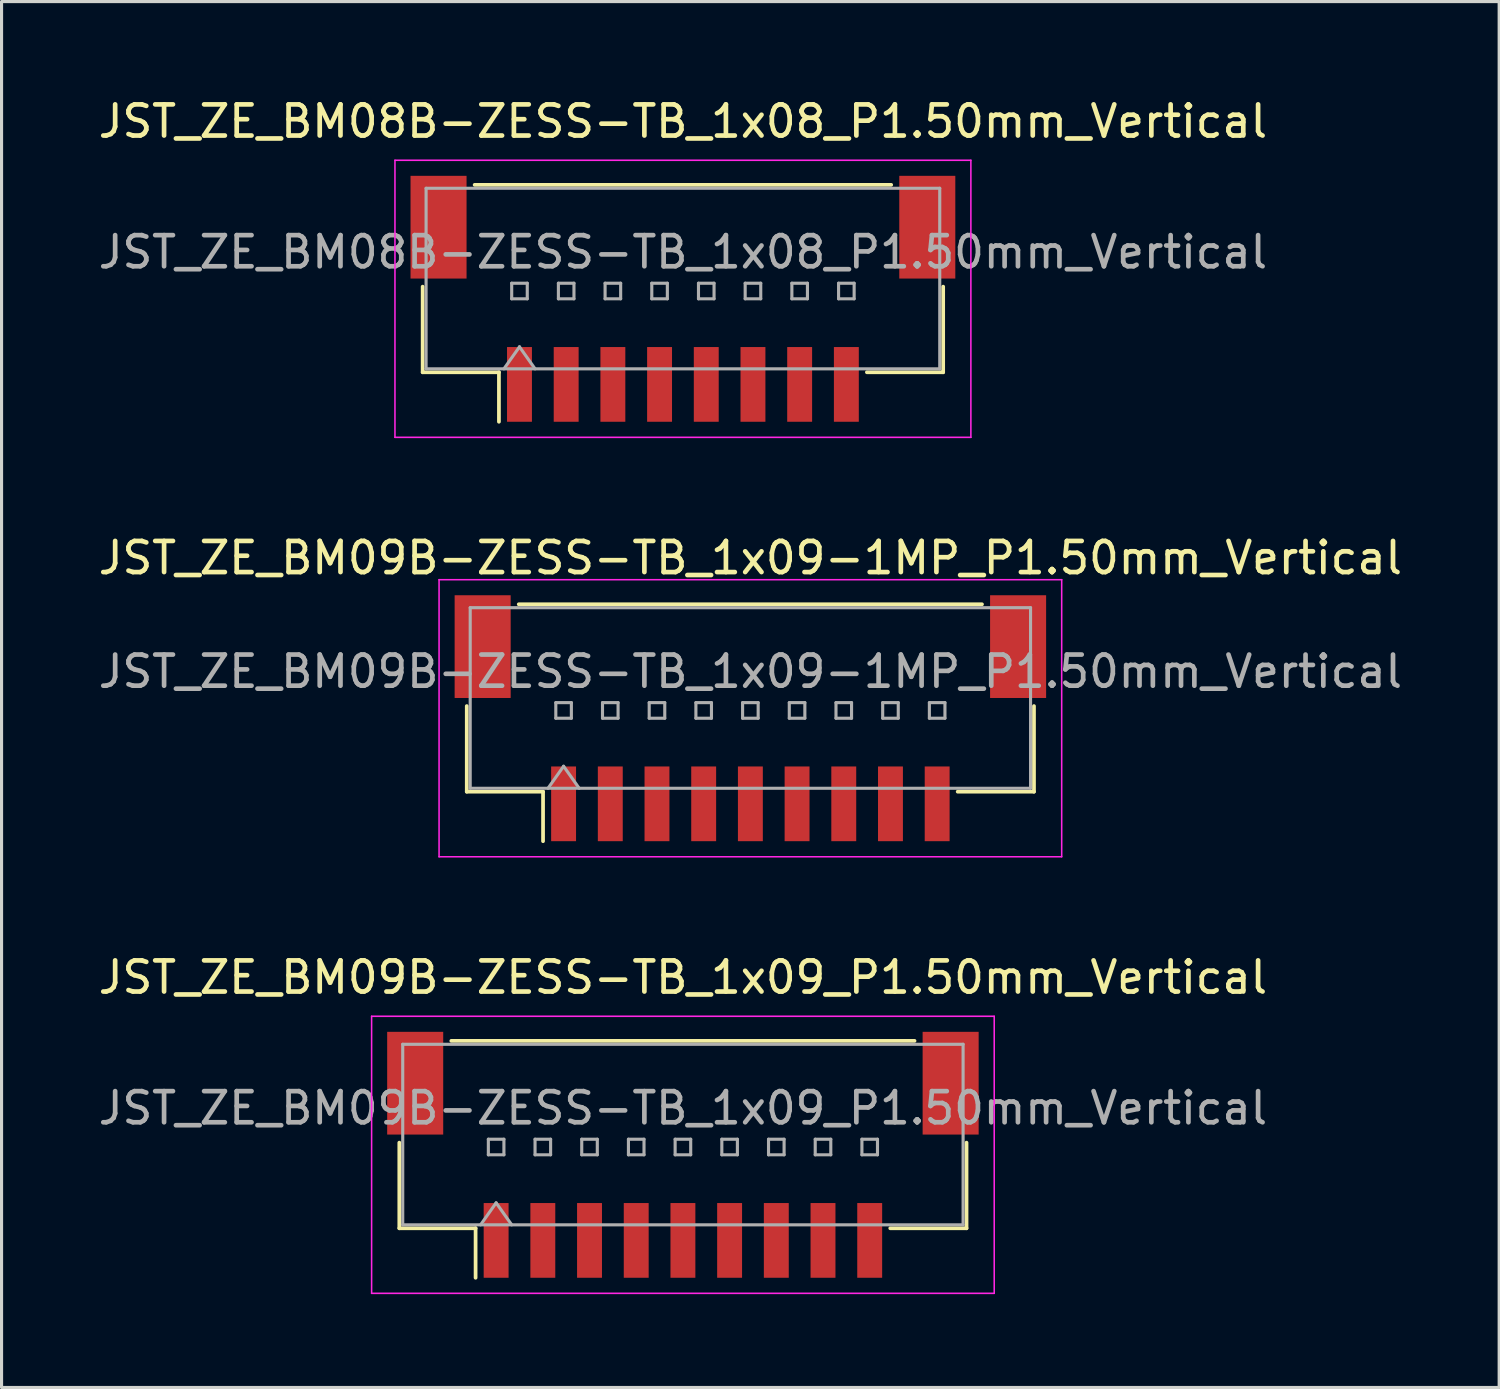
<source format=kicad_pcb>
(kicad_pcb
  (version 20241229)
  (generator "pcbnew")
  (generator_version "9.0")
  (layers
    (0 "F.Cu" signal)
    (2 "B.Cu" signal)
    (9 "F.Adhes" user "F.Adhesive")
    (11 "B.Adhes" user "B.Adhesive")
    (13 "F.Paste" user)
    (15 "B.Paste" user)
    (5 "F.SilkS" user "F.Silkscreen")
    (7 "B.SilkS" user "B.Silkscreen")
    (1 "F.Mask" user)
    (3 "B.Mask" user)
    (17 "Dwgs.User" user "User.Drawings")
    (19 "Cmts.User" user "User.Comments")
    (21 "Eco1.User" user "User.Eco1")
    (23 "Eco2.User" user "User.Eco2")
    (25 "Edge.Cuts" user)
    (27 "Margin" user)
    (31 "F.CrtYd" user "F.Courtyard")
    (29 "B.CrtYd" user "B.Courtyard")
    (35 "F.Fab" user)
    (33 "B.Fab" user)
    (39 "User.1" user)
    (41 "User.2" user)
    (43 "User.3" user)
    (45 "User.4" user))
  (footprint "JST_ZE_BM08B-ZESS-TB_1x08_P1.50mm_Vertical"
    (layer "F.Cu")
    (at 18.887 6.548)
    (property "Reference" "JST_ZE_BM08B-ZESS-TB_1x08_P1.50mm_Vertical" (at 0 -5.7 0) (layer "F.SilkS") (effects (font (size 1 1) (thickness 0.15))))
    (attr smd)
    (fp_line (start -8.36 -0.39) (end -8.36 2.36) (stroke (width 0.12) (type solid)) (layer "F.SilkS"))
    (fp_line (start -8.36 2.36) (end -5.91 2.36) (stroke (width 0.12) (type solid)) (layer "F.SilkS"))
    (fp_line (start -6.69 -3.66) (end 6.69 -3.66) (stroke (width 0.12) (type solid)) (layer "F.SilkS"))
    (fp_line (start -5.91 2.36) (end -5.91 3.95) (stroke (width 0.12) (type solid)) (layer "F.SilkS"))
    (fp_line (start 8.36 -0.39) (end 8.36 2.36) (stroke (width 0.12) (type solid)) (layer "F.SilkS"))
    (fp_line (start 8.36 2.36) (end 5.91 2.36) (stroke (width 0.12) (type solid)) (layer "F.SilkS"))
    (fp_line (start -9.25 -4.45) (end -9.25 4.45) (stroke (width 0.05) (type solid)) (layer "F.CrtYd"))
    (fp_line (start -9.25 4.45) (end 9.25 4.45) (stroke (width 0.05) (type solid)) (layer "F.CrtYd"))
    (fp_line (start 9.25 -4.45) (end -9.25 -4.45) (stroke (width 0.05) (type solid)) (layer "F.CrtYd"))
    (fp_line (start 9.25 4.45) (end 9.25 -4.45) (stroke (width 0.05) (type solid)) (layer "F.CrtYd"))
    (fp_line (start -8.25 -3.55) (end 8.25 -3.55) (stroke (width 0.1) (type solid)) (layer "F.Fab"))
    (fp_line (start -8.25 2.25) (end -8.25 -3.55) (stroke (width 0.1) (type solid)) (layer "F.Fab"))
    (fp_line (start -8.25 2.25) (end 8.25 2.25) (stroke (width 0.1) (type solid)) (layer "F.Fab"))
    (fp_line (start -5.75 2.25) (end -5.25 1.543) (stroke (width 0.1) (type solid)) (layer "F.Fab"))
    (fp_line (start -5.5 -0.5) (end -5.5 0) (stroke (width 0.1) (type solid)) (layer "F.Fab"))
    (fp_line (start -5.5 0) (end -5 0) (stroke (width 0.1) (type solid)) (layer "F.Fab"))
    (fp_line (start -5.25 1.543) (end -4.75 2.25) (stroke (width 0.1) (type solid)) (layer "F.Fab"))
    (fp_line (start -5 -0.5) (end -5.5 -0.5) (stroke (width 0.1) (type solid)) (layer "F.Fab"))
    (fp_line (start -5 0) (end -5 -0.5) (stroke (width 0.1) (type solid)) (layer "F.Fab"))
    (fp_line (start -4 -0.5) (end -4 0) (stroke (width 0.1) (type solid)) (layer "F.Fab"))
    (fp_line (start -4 0) (end -3.5 0) (stroke (width 0.1) (type solid)) (layer "F.Fab"))
    (fp_line (start -3.5 -0.5) (end -4 -0.5) (stroke (width 0.1) (type solid)) (layer "F.Fab"))
    (fp_line (start -3.5 0) (end -3.5 -0.5) (stroke (width 0.1) (type solid)) (layer "F.Fab"))
    (fp_line (start -2.5 -0.5) (end -2.5 0) (stroke (width 0.1) (type solid)) (layer "F.Fab"))
    (fp_line (start -2.5 0) (end -2 0) (stroke (width 0.1) (type solid)) (layer "F.Fab"))
    (fp_line (start -2 -0.5) (end -2.5 -0.5) (stroke (width 0.1) (type solid)) (layer "F.Fab"))
    (fp_line (start -2 0) (end -2 -0.5) (stroke (width 0.1) (type solid)) (layer "F.Fab"))
    (fp_line (start -1 -0.5) (end -1 0) (stroke (width 0.1) (type solid)) (layer "F.Fab"))
    (fp_line (start -1 0) (end -0.5 0) (stroke (width 0.1) (type solid)) (layer "F.Fab"))
    (fp_line (start -0.5 -0.5) (end -1 -0.5) (stroke (width 0.1) (type solid)) (layer "F.Fab"))
    (fp_line (start -0.5 0) (end -0.5 -0.5) (stroke (width 0.1) (type solid)) (layer "F.Fab"))
    (fp_line (start 0.5 -0.5) (end 0.5 0) (stroke (width 0.1) (type solid)) (layer "F.Fab"))
    (fp_line (start 0.5 0) (end 1 0) (stroke (width 0.1) (type solid)) (layer "F.Fab"))
    (fp_line (start 1 -0.5) (end 0.5 -0.5) (stroke (width 0.1) (type solid)) (layer "F.Fab"))
    (fp_line (start 1 0) (end 1 -0.5) (stroke (width 0.1) (type solid)) (layer "F.Fab"))
    (fp_line (start 2 -0.5) (end 2 0) (stroke (width 0.1) (type solid)) (layer "F.Fab"))
    (fp_line (start 2 0) (end 2.5 0) (stroke (width 0.1) (type solid)) (layer "F.Fab"))
    (fp_line (start 2.5 -0.5) (end 2 -0.5) (stroke (width 0.1) (type solid)) (layer "F.Fab"))
    (fp_line (start 2.5 0) (end 2.5 -0.5) (stroke (width 0.1) (type solid)) (layer "F.Fab"))
    (fp_line (start 3.5 -0.5) (end 3.5 0) (stroke (width 0.1) (type solid)) (layer "F.Fab"))
    (fp_line (start 3.5 0) (end 4 0) (stroke (width 0.1) (type solid)) (layer "F.Fab"))
    (fp_line (start 4 -0.5) (end 3.5 -0.5) (stroke (width 0.1) (type solid)) (layer "F.Fab"))
    (fp_line (start 4 0) (end 4 -0.5) (stroke (width 0.1) (type solid)) (layer "F.Fab"))
    (fp_line (start 5 -0.5) (end 5 0) (stroke (width 0.1) (type solid)) (layer "F.Fab"))
    (fp_line (start 5 0) (end 5.5 0) (stroke (width 0.1) (type solid)) (layer "F.Fab"))
    (fp_line (start 5.5 -0.5) (end 5 -0.5) (stroke (width 0.1) (type solid)) (layer "F.Fab"))
    (fp_line (start 5.5 0) (end 5.5 -0.5) (stroke (width 0.1) (type solid)) (layer "F.Fab"))
    (fp_line (start 8.25 2.25) (end 8.25 -3.55) (stroke (width 0.1) (type solid)) (layer "F.Fab"))
    (fp_text user "${REFERENCE}" (at 0 -1.5 0) (layer "F.Fab") (effects (font (size 1 1) (thickness 0.15))))
    (pad "" smd rect (at -7.85 -2.3) (size 1.8 3.3) (layers "F.Cu" "F.Mask" "F.Paste"))
    (pad "" smd rect (at 7.85 -2.3) (size 1.8 3.3) (layers "F.Cu" "F.Mask" "F.Paste"))
    (pad "1" smd rect (at -5.25 2.75) (size 0.8 2.4) (layers "F.Cu" "F.Mask" "F.Paste"))
    (pad "2" smd rect (at -3.75 2.75) (size 0.8 2.4) (layers "F.Cu" "F.Mask" "F.Paste"))
    (pad "3" smd rect (at -2.25 2.75) (size 0.8 2.4) (layers "F.Cu" "F.Mask" "F.Paste"))
    (pad "4" smd rect (at -0.75 2.75) (size 0.8 2.4) (layers "F.Cu" "F.Mask" "F.Paste"))
    (pad "5" smd rect (at 0.75 2.75) (size 0.8 2.4) (layers "F.Cu" "F.Mask" "F.Paste"))
    (pad "6" smd rect (at 2.25 2.75) (size 0.8 2.4) (layers "F.Cu" "F.Mask" "F.Paste"))
    (pad "7" smd rect (at 3.75 2.75) (size 0.8 2.4) (layers "F.Cu" "F.Mask" "F.Paste"))
    (pad "8" smd rect (at 5.25 2.75) (size 0.8 2.4) (layers "F.Cu" "F.Mask" "F.Paste")))
  (footprint "JST_ZE_BM09B-ZESS-TB_1x09_P1.50mm_Vertical"
    (layer "F.Cu")
    (at 18.887 34.045)
    (property "Reference" "JST_ZE_BM09B-ZESS-TB_1x09_P1.50mm_Vertical" (at 0 -5.7 0) (layer "F.SilkS") (effects (font (size 1 1) (thickness 0.15))))
    (attr smd)
    (fp_line (start -9.11 -0.39) (end -9.11 2.36) (stroke (width 0.12) (type solid)) (layer "F.SilkS"))
    (fp_line (start -9.11 2.36) (end -6.66 2.36) (stroke (width 0.12) (type solid)) (layer "F.SilkS"))
    (fp_line (start -7.44 -3.66) (end 7.44 -3.66) (stroke (width 0.12) (type solid)) (layer "F.SilkS"))
    (fp_line (start -6.66 2.36) (end -6.66 3.95) (stroke (width 0.12) (type solid)) (layer "F.SilkS"))
    (fp_line (start 9.11 -0.39) (end 9.11 2.36) (stroke (width 0.12) (type solid)) (layer "F.SilkS"))
    (fp_line (start 9.11 2.36) (end 6.66 2.36) (stroke (width 0.12) (type solid)) (layer "F.SilkS"))
    (fp_line (start -10 -4.45) (end -10 4.45) (stroke (width 0.05) (type solid)) (layer "F.CrtYd"))
    (fp_line (start -10 4.45) (end 10 4.45) (stroke (width 0.05) (type solid)) (layer "F.CrtYd"))
    (fp_line (start 10 -4.45) (end -10 -4.45) (stroke (width 0.05) (type solid)) (layer "F.CrtYd"))
    (fp_line (start 10 4.45) (end 10 -4.45) (stroke (width 0.05) (type solid)) (layer "F.CrtYd"))
    (fp_line (start -9 -3.55) (end 9 -3.55) (stroke (width 0.1) (type solid)) (layer "F.Fab"))
    (fp_line (start -9 2.25) (end -9 -3.55) (stroke (width 0.1) (type solid)) (layer "F.Fab"))
    (fp_line (start -9 2.25) (end 9 2.25) (stroke (width 0.1) (type solid)) (layer "F.Fab"))
    (fp_line (start -6.5 2.25) (end -6 1.543) (stroke (width 0.1) (type solid)) (layer "F.Fab"))
    (fp_line (start -6.25 -0.5) (end -6.25 0) (stroke (width 0.1) (type solid)) (layer "F.Fab"))
    (fp_line (start -6.25 0) (end -5.75 0) (stroke (width 0.1) (type solid)) (layer "F.Fab"))
    (fp_line (start -6 1.543) (end -5.5 2.25) (stroke (width 0.1) (type solid)) (layer "F.Fab"))
    (fp_line (start -5.75 -0.5) (end -6.25 -0.5) (stroke (width 0.1) (type solid)) (layer "F.Fab"))
    (fp_line (start -5.75 0) (end -5.75 -0.5) (stroke (width 0.1) (type solid)) (layer "F.Fab"))
    (fp_line (start -4.75 -0.5) (end -4.75 0) (stroke (width 0.1) (type solid)) (layer "F.Fab"))
    (fp_line (start -4.75 0) (end -4.25 0) (stroke (width 0.1) (type solid)) (layer "F.Fab"))
    (fp_line (start -4.25 -0.5) (end -4.75 -0.5) (stroke (width 0.1) (type solid)) (layer "F.Fab"))
    (fp_line (start -4.25 0) (end -4.25 -0.5) (stroke (width 0.1) (type solid)) (layer "F.Fab"))
    (fp_line (start -3.25 -0.5) (end -3.25 0) (stroke (width 0.1) (type solid)) (layer "F.Fab"))
    (fp_line (start -3.25 0) (end -2.75 0) (stroke (width 0.1) (type solid)) (layer "F.Fab"))
    (fp_line (start -2.75 -0.5) (end -3.25 -0.5) (stroke (width 0.1) (type solid)) (layer "F.Fab"))
    (fp_line (start -2.75 0) (end -2.75 -0.5) (stroke (width 0.1) (type solid)) (layer "F.Fab"))
    (fp_line (start -1.75 -0.5) (end -1.75 0) (stroke (width 0.1) (type solid)) (layer "F.Fab"))
    (fp_line (start -1.75 0) (end -1.25 0) (stroke (width 0.1) (type solid)) (layer "F.Fab"))
    (fp_line (start -1.25 -0.5) (end -1.75 -0.5) (stroke (width 0.1) (type solid)) (layer "F.Fab"))
    (fp_line (start -1.25 0) (end -1.25 -0.5) (stroke (width 0.1) (type solid)) (layer "F.Fab"))
    (fp_line (start -0.25 -0.5) (end -0.25 0) (stroke (width 0.1) (type solid)) (layer "F.Fab"))
    (fp_line (start -0.25 0) (end 0.25 0) (stroke (width 0.1) (type solid)) (layer "F.Fab"))
    (fp_line (start 0.25 -0.5) (end -0.25 -0.5) (stroke (width 0.1) (type solid)) (layer "F.Fab"))
    (fp_line (start 0.25 0) (end 0.25 -0.5) (stroke (width 0.1) (type solid)) (layer "F.Fab"))
    (fp_line (start 1.25 -0.5) (end 1.25 0) (stroke (width 0.1) (type solid)) (layer "F.Fab"))
    (fp_line (start 1.25 0) (end 1.75 0) (stroke (width 0.1) (type solid)) (layer "F.Fab"))
    (fp_line (start 1.75 -0.5) (end 1.25 -0.5) (stroke (width 0.1) (type solid)) (layer "F.Fab"))
    (fp_line (start 1.75 0) (end 1.75 -0.5) (stroke (width 0.1) (type solid)) (layer "F.Fab"))
    (fp_line (start 2.75 -0.5) (end 2.75 0) (stroke (width 0.1) (type solid)) (layer "F.Fab"))
    (fp_line (start 2.75 0) (end 3.25 0) (stroke (width 0.1) (type solid)) (layer "F.Fab"))
    (fp_line (start 3.25 -0.5) (end 2.75 -0.5) (stroke (width 0.1) (type solid)) (layer "F.Fab"))
    (fp_line (start 3.25 0) (end 3.25 -0.5) (stroke (width 0.1) (type solid)) (layer "F.Fab"))
    (fp_line (start 4.25 -0.5) (end 4.25 0) (stroke (width 0.1) (type solid)) (layer "F.Fab"))
    (fp_line (start 4.25 0) (end 4.75 0) (stroke (width 0.1) (type solid)) (layer "F.Fab"))
    (fp_line (start 4.75 -0.5) (end 4.25 -0.5) (stroke (width 0.1) (type solid)) (layer "F.Fab"))
    (fp_line (start 4.75 0) (end 4.75 -0.5) (stroke (width 0.1) (type solid)) (layer "F.Fab"))
    (fp_line (start 5.75 -0.5) (end 5.75 0) (stroke (width 0.1) (type solid)) (layer "F.Fab"))
    (fp_line (start 5.75 0) (end 6.25 0) (stroke (width 0.1) (type solid)) (layer "F.Fab"))
    (fp_line (start 6.25 -0.5) (end 5.75 -0.5) (stroke (width 0.1) (type solid)) (layer "F.Fab"))
    (fp_line (start 6.25 0) (end 6.25 -0.5) (stroke (width 0.1) (type solid)) (layer "F.Fab"))
    (fp_line (start 9 2.25) (end 9 -3.55) (stroke (width 0.1) (type solid)) (layer "F.Fab"))
    (fp_text user "${REFERENCE}" (at 0 -1.5 0) (layer "F.Fab") (effects (font (size 1 1) (thickness 0.15))))
    (pad "" smd rect (at -8.6 -2.3) (size 1.8 3.3) (layers "F.Cu" "F.Mask" "F.Paste"))
    (pad "" smd rect (at 8.6 -2.3) (size 1.8 3.3) (layers "F.Cu" "F.Mask" "F.Paste"))
    (pad "1" smd rect (at -6 2.75) (size 0.8 2.4) (layers "F.Cu" "F.Mask" "F.Paste"))
    (pad "2" smd rect (at -4.5 2.75) (size 0.8 2.4) (layers "F.Cu" "F.Mask" "F.Paste"))
    (pad "3" smd rect (at -3 2.75) (size 0.8 2.4) (layers "F.Cu" "F.Mask" "F.Paste"))
    (pad "4" smd rect (at -1.5 2.75) (size 0.8 2.4) (layers "F.Cu" "F.Mask" "F.Paste"))
    (pad "5" smd rect (at 0 2.75) (size 0.8 2.4) (layers "F.Cu" "F.Mask" "F.Paste"))
    (pad "6" smd rect (at 1.5 2.75) (size 0.8 2.4) (layers "F.Cu" "F.Mask" "F.Paste"))
    (pad "7" smd rect (at 3 2.75) (size 0.8 2.4) (layers "F.Cu" "F.Mask" "F.Paste"))
    (pad "8" smd rect (at 4.5 2.75) (size 0.8 2.4) (layers "F.Cu" "F.Mask" "F.Paste"))
    (pad "9" smd rect (at 6 2.75) (size 0.8 2.4) (layers "F.Cu" "F.Mask" "F.Paste")))
  (footprint "JST_ZE_BM09B-ZESS-TB_1x09-1MP_P1.50mm_Vertical"
    (layer "F.Cu")
    (at 21.054 20.021)
    (property "Reference" "JST_ZE_BM09B-ZESS-TB_1x09-1MP_P1.50mm_Vertical" (at 0 -5.15 0) (layer "F.SilkS") (effects (font (size 1 1) (thickness 0.15))))
    (attr smd)
    (fp_line (start -9.11 -0.39) (end -9.11 2.36) (stroke (width 0.12) (type solid)) (layer "F.SilkS"))
    (fp_line (start -9.11 2.36) (end -6.66 2.36) (stroke (width 0.12) (type solid)) (layer "F.SilkS"))
    (fp_line (start -7.44 -3.66) (end 7.44 -3.66) (stroke (width 0.12) (type solid)) (layer "F.SilkS"))
    (fp_line (start -6.66 2.36) (end -6.66 3.95) (stroke (width 0.12) (type solid)) (layer "F.SilkS"))
    (fp_line (start 9.11 -0.39) (end 9.11 2.36) (stroke (width 0.12) (type solid)) (layer "F.SilkS"))
    (fp_line (start 9.11 2.36) (end 6.66 2.36) (stroke (width 0.12) (type solid)) (layer "F.SilkS"))
    (fp_line (start -10 -4.45) (end -10 4.45) (stroke (width 0.05) (type solid)) (layer "F.CrtYd"))
    (fp_line (start -10 4.45) (end 10 4.45) (stroke (width 0.05) (type solid)) (layer "F.CrtYd"))
    (fp_line (start 10 -4.45) (end -10 -4.45) (stroke (width 0.05) (type solid)) (layer "F.CrtYd"))
    (fp_line (start 10 4.45) (end 10 -4.45) (stroke (width 0.05) (type solid)) (layer "F.CrtYd"))
    (fp_line (start -9 -3.55) (end 9 -3.55) (stroke (width 0.1) (type solid)) (layer "F.Fab"))
    (fp_line (start -9 2.25) (end -9 -3.55) (stroke (width 0.1) (type solid)) (layer "F.Fab"))
    (fp_line (start -9 2.25) (end 9 2.25) (stroke (width 0.1) (type solid)) (layer "F.Fab"))
    (fp_line (start -6.5 2.25) (end -6 1.543) (stroke (width 0.1) (type solid)) (layer "F.Fab"))
    (fp_line (start -6.25 -0.5) (end -6.25 0) (stroke (width 0.1) (type solid)) (layer "F.Fab"))
    (fp_line (start -6.25 0) (end -5.75 0) (stroke (width 0.1) (type solid)) (layer "F.Fab"))
    (fp_line (start -6 1.543) (end -5.5 2.25) (stroke (width 0.1) (type solid)) (layer "F.Fab"))
    (fp_line (start -5.75 -0.5) (end -6.25 -0.5) (stroke (width 0.1) (type solid)) (layer "F.Fab"))
    (fp_line (start -5.75 0) (end -5.75 -0.5) (stroke (width 0.1) (type solid)) (layer "F.Fab"))
    (fp_line (start -4.75 -0.5) (end -4.75 0) (stroke (width 0.1) (type solid)) (layer "F.Fab"))
    (fp_line (start -4.75 0) (end -4.25 0) (stroke (width 0.1) (type solid)) (layer "F.Fab"))
    (fp_line (start -4.25 -0.5) (end -4.75 -0.5) (stroke (width 0.1) (type solid)) (layer "F.Fab"))
    (fp_line (start -4.25 0) (end -4.25 -0.5) (stroke (width 0.1) (type solid)) (layer "F.Fab"))
    (fp_line (start -3.25 -0.5) (end -3.25 0) (stroke (width 0.1) (type solid)) (layer "F.Fab"))
    (fp_line (start -3.25 0) (end -2.75 0) (stroke (width 0.1) (type solid)) (layer "F.Fab"))
    (fp_line (start -2.75 -0.5) (end -3.25 -0.5) (stroke (width 0.1) (type solid)) (layer "F.Fab"))
    (fp_line (start -2.75 0) (end -2.75 -0.5) (stroke (width 0.1) (type solid)) (layer "F.Fab"))
    (fp_line (start -1.75 -0.5) (end -1.75 0) (stroke (width 0.1) (type solid)) (layer "F.Fab"))
    (fp_line (start -1.75 0) (end -1.25 0) (stroke (width 0.1) (type solid)) (layer "F.Fab"))
    (fp_line (start -1.25 -0.5) (end -1.75 -0.5) (stroke (width 0.1) (type solid)) (layer "F.Fab"))
    (fp_line (start -1.25 0) (end -1.25 -0.5) (stroke (width 0.1) (type solid)) (layer "F.Fab"))
    (fp_line (start -0.25 -0.5) (end -0.25 0) (stroke (width 0.1) (type solid)) (layer "F.Fab"))
    (fp_line (start -0.25 0) (end 0.25 0) (stroke (width 0.1) (type solid)) (layer "F.Fab"))
    (fp_line (start 0.25 -0.5) (end -0.25 -0.5) (stroke (width 0.1) (type solid)) (layer "F.Fab"))
    (fp_line (start 0.25 0) (end 0.25 -0.5) (stroke (width 0.1) (type solid)) (layer "F.Fab"))
    (fp_line (start 1.25 -0.5) (end 1.25 0) (stroke (width 0.1) (type solid)) (layer "F.Fab"))
    (fp_line (start 1.25 0) (end 1.75 0) (stroke (width 0.1) (type solid)) (layer "F.Fab"))
    (fp_line (start 1.75 -0.5) (end 1.25 -0.5) (stroke (width 0.1) (type solid)) (layer "F.Fab"))
    (fp_line (start 1.75 0) (end 1.75 -0.5) (stroke (width 0.1) (type solid)) (layer "F.Fab"))
    (fp_line (start 2.75 -0.5) (end 2.75 0) (stroke (width 0.1) (type solid)) (layer "F.Fab"))
    (fp_line (start 2.75 0) (end 3.25 0) (stroke (width 0.1) (type solid)) (layer "F.Fab"))
    (fp_line (start 3.25 -0.5) (end 2.75 -0.5) (stroke (width 0.1) (type solid)) (layer "F.Fab"))
    (fp_line (start 3.25 0) (end 3.25 -0.5) (stroke (width 0.1) (type solid)) (layer "F.Fab"))
    (fp_line (start 4.25 -0.5) (end 4.25 0) (stroke (width 0.1) (type solid)) (layer "F.Fab"))
    (fp_line (start 4.25 0) (end 4.75 0) (stroke (width 0.1) (type solid)) (layer "F.Fab"))
    (fp_line (start 4.75 -0.5) (end 4.25 -0.5) (stroke (width 0.1) (type solid)) (layer "F.Fab"))
    (fp_line (start 4.75 0) (end 4.75 -0.5) (stroke (width 0.1) (type solid)) (layer "F.Fab"))
    (fp_line (start 5.75 -0.5) (end 5.75 0) (stroke (width 0.1) (type solid)) (layer "F.Fab"))
    (fp_line (start 5.75 0) (end 6.25 0) (stroke (width 0.1) (type solid)) (layer "F.Fab"))
    (fp_line (start 6.25 -0.5) (end 5.75 -0.5) (stroke (width 0.1) (type solid)) (layer "F.Fab"))
    (fp_line (start 6.25 0) (end 6.25 -0.5) (stroke (width 0.1) (type solid)) (layer "F.Fab"))
    (fp_line (start 9 2.25) (end 9 -3.55) (stroke (width 0.1) (type solid)) (layer "F.Fab"))
    (fp_text user "${REFERENCE}" (at 0 -1.5 0) (layer "F.Fab") (effects (font (size 1 1) (thickness 0.15))))
    (pad "1" smd rect (at -6 2.75) (size 0.8 2.4) (layers "F.Cu" "F.Mask" "F.Paste"))
    (pad "2" smd rect (at -4.5 2.75) (size 0.8 2.4) (layers "F.Cu" "F.Mask" "F.Paste"))
    (pad "3" smd rect (at -3 2.75) (size 0.8 2.4) (layers "F.Cu" "F.Mask" "F.Paste"))
    (pad "4" smd rect (at -1.5 2.75) (size 0.8 2.4) (layers "F.Cu" "F.Mask" "F.Paste"))
    (pad "5" smd rect (at 0 2.75) (size 0.8 2.4) (layers "F.Cu" "F.Mask" "F.Paste"))
    (pad "6" smd rect (at 1.5 2.75) (size 0.8 2.4) (layers "F.Cu" "F.Mask" "F.Paste"))
    (pad "7" smd rect (at 3 2.75) (size 0.8 2.4) (layers "F.Cu" "F.Mask" "F.Paste"))
    (pad "8" smd rect (at 4.5 2.75) (size 0.8 2.4) (layers "F.Cu" "F.Mask" "F.Paste"))
    (pad "9" smd rect (at 6 2.75) (size 0.8 2.4) (layers "F.Cu" "F.Mask" "F.Paste"))
    (pad "MP" smd rect (at -8.6 -2.3) (size 1.8 3.3) (layers "F.Cu" "F.Mask" "F.Paste"))
    (pad "MP" smd rect (at 8.6 -2.3) (size 1.8 3.3) (layers "F.Cu" "F.Mask" "F.Paste")))
  (gr_rect
    (start -3 -3)
    (end 45.107 41.52)
    (stroke (width 0.1) (type default))
    (fill no)
    (layer "Edge.Cuts")))
</source>
